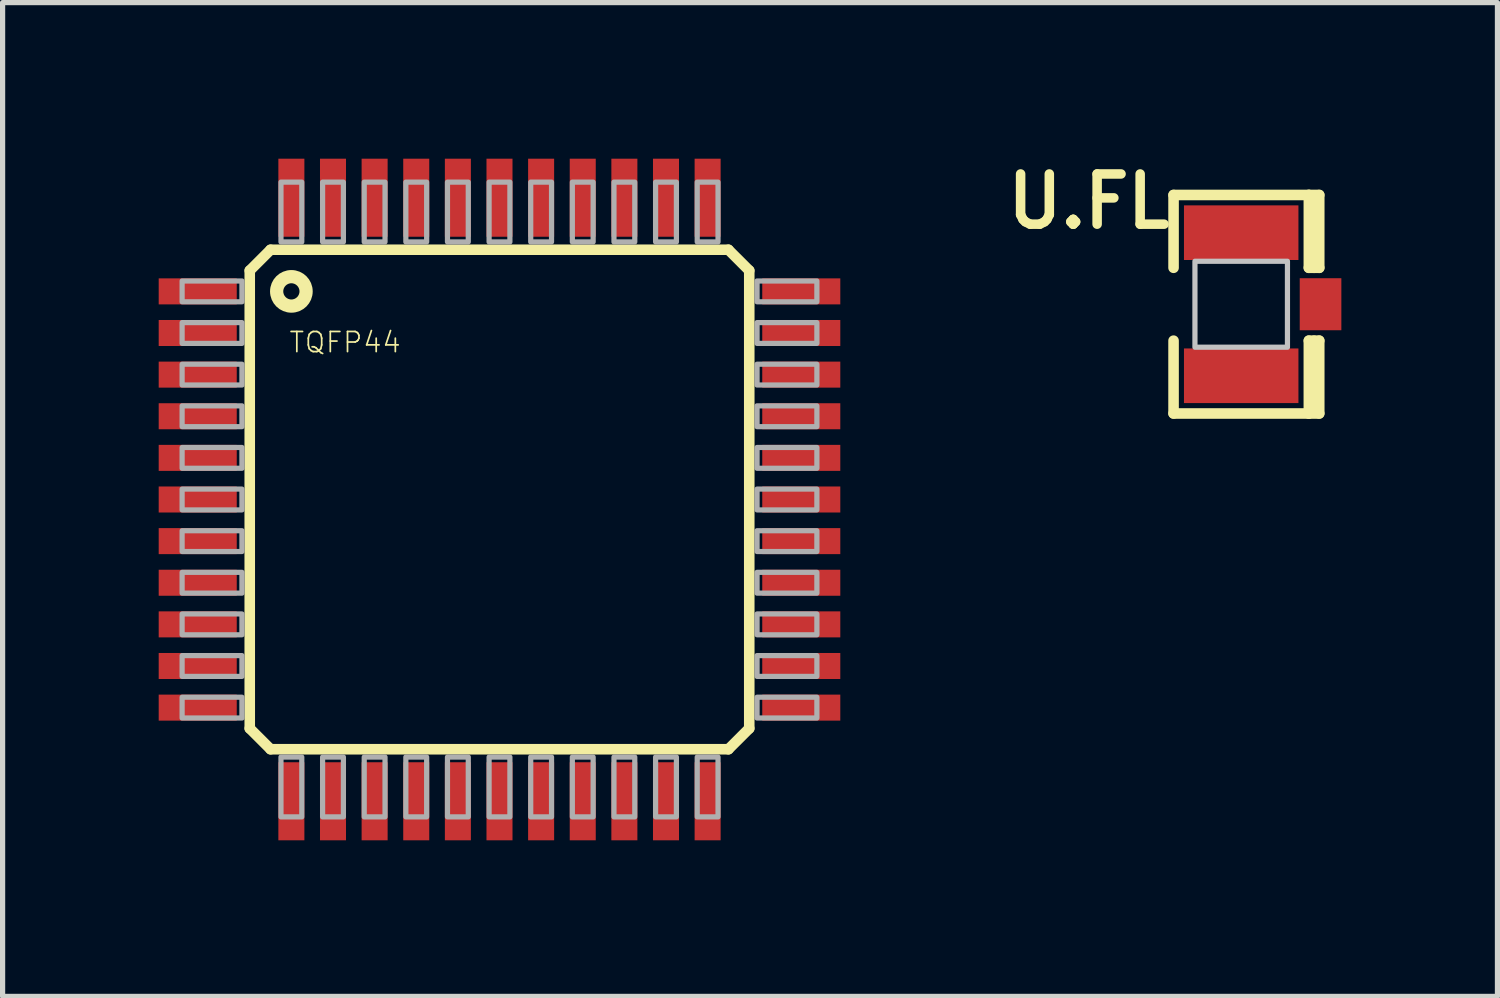
<source format=kicad_pcb>
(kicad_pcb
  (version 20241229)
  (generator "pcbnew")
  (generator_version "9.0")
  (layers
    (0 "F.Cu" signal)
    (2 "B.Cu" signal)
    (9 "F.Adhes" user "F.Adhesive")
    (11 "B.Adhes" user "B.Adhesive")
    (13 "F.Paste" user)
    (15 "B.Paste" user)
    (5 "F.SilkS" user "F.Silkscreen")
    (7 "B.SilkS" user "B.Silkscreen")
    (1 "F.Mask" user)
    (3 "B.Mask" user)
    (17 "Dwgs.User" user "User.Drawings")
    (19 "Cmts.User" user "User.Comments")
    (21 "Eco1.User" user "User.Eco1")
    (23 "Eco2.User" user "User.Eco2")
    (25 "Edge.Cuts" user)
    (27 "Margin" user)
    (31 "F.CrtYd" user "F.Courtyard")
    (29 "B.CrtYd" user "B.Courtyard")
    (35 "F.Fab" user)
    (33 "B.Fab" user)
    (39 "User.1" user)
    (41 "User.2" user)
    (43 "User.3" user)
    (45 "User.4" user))
  (footprint "TQFP44"
    (layer "F.Cu")
    (at 6.55 6.55)
    (property "Reference" "TQFP44" (at -4.064 -2.794 0) (layer "F.SilkS") (effects (font (size 0.386 0.386) (thickness 0.033)) (justify left bottom)))
    (attr through_hole)
    (fp_line (start -4.8 -4.4) (end -4.4 -4.8) (stroke (width 0.203) (type solid)) (layer "F.SilkS"))
    (fp_line (start -4.8 4.4) (end -4.8 -4.4) (stroke (width 0.203) (type solid)) (layer "F.SilkS"))
    (fp_line (start -4.4 -4.8) (end 4.4 -4.8) (stroke (width 0.203) (type solid)) (layer "F.SilkS"))
    (fp_line (start -4.4 4.8) (end -4.8 4.4) (stroke (width 0.203) (type solid)) (layer "F.SilkS"))
    (fp_line (start 4.4 -4.8) (end 4.8 -4.4) (stroke (width 0.203) (type solid)) (layer "F.SilkS"))
    (fp_line (start 4.4 4.8) (end -4.4 4.8) (stroke (width 0.203) (type solid)) (layer "F.SilkS"))
    (fp_line (start 4.8 -4.4) (end 4.8 4.4) (stroke (width 0.203) (type solid)) (layer "F.SilkS"))
    (fp_line (start 4.8 4.4) (end 4.4 4.8) (stroke (width 0.203) (type solid)) (layer "F.SilkS"))
    (fp_circle (center -4 -4) (end -3.717 -4) (stroke (width 0.254) (type solid)) (fill no) (layer "F.SilkS"))
    (fp_poly (pts (xy -6.1 -3.8) (xy -4.95 -3.8) (xy -4.95 -4.2) (xy -6.1 -4.2)) (stroke (width 0.1) (type solid)) (fill no) (layer "F.Fab"))
    (fp_poly (pts (xy -6.1 -3) (xy -4.95 -3) (xy -4.95 -3.4) (xy -6.1 -3.4)) (stroke (width 0.1) (type solid)) (fill no) (layer "F.Fab"))
    (fp_poly (pts (xy -6.1 -2.2) (xy -4.95 -2.2) (xy -4.95 -2.6) (xy -6.1 -2.6)) (stroke (width 0.1) (type solid)) (fill no) (layer "F.Fab"))
    (fp_poly (pts (xy -6.1 -1.4) (xy -4.95 -1.4) (xy -4.95 -1.8) (xy -6.1 -1.8)) (stroke (width 0.1) (type solid)) (fill no) (layer "F.Fab"))
    (fp_poly (pts (xy -6.1 -0.6) (xy -4.95 -0.6) (xy -4.95 -1) (xy -6.1 -1)) (stroke (width 0.1) (type solid)) (fill no) (layer "F.Fab"))
    (fp_poly (pts (xy -6.1 0.2) (xy -4.95 0.2) (xy -4.95 -0.2) (xy -6.1 -0.2)) (stroke (width 0.1) (type solid)) (fill no) (layer "F.Fab"))
    (fp_poly (pts (xy -6.1 1) (xy -4.95 1) (xy -4.95 0.6) (xy -6.1 0.6)) (stroke (width 0.1) (type solid)) (fill no) (layer "F.Fab"))
    (fp_poly (pts (xy -6.1 1.8) (xy -4.95 1.8) (xy -4.95 1.4) (xy -6.1 1.4)) (stroke (width 0.1) (type solid)) (fill no) (layer "F.Fab"))
    (fp_poly (pts (xy -6.1 2.6) (xy -4.95 2.6) (xy -4.95 2.2) (xy -6.1 2.2)) (stroke (width 0.1) (type solid)) (fill no) (layer "F.Fab"))
    (fp_poly (pts (xy -6.1 3.4) (xy -4.95 3.4) (xy -4.95 3) (xy -6.1 3)) (stroke (width 0.1) (type solid)) (fill no) (layer "F.Fab"))
    (fp_poly (pts (xy -6.1 4.2) (xy -4.95 4.2) (xy -4.95 3.8) (xy -6.1 3.8)) (stroke (width 0.1) (type solid)) (fill no) (layer "F.Fab"))
    (fp_poly (pts (xy -4.2 -4.95) (xy -3.8 -4.95) (xy -3.8 -6.1) (xy -4.2 -6.1)) (stroke (width 0.1) (type solid)) (fill no) (layer "F.Fab"))
    (fp_poly (pts (xy -4.2 6.1) (xy -3.8 6.1) (xy -3.8 4.95) (xy -4.2 4.95)) (stroke (width 0.1) (type solid)) (fill no) (layer "F.Fab"))
    (fp_poly (pts (xy -3.4 -4.95) (xy -3 -4.95) (xy -3 -6.1) (xy -3.4 -6.1)) (stroke (width 0.1) (type solid)) (fill no) (layer "F.Fab"))
    (fp_poly (pts (xy -3.4 6.1) (xy -3 6.1) (xy -3 4.95) (xy -3.4 4.95)) (stroke (width 0.1) (type solid)) (fill no) (layer "F.Fab"))
    (fp_poly (pts (xy -2.6 -4.95) (xy -2.2 -4.95) (xy -2.2 -6.1) (xy -2.6 -6.1)) (stroke (width 0.1) (type solid)) (fill no) (layer "F.Fab"))
    (fp_poly (pts (xy -2.6 6.1) (xy -2.2 6.1) (xy -2.2 4.95) (xy -2.6 4.95)) (stroke (width 0.1) (type solid)) (fill no) (layer "F.Fab"))
    (fp_poly (pts (xy -1.8 -4.95) (xy -1.4 -4.95) (xy -1.4 -6.1) (xy -1.8 -6.1)) (stroke (width 0.1) (type solid)) (fill no) (layer "F.Fab"))
    (fp_poly (pts (xy -1.8 6.1) (xy -1.4 6.1) (xy -1.4 4.95) (xy -1.8 4.95)) (stroke (width 0.1) (type solid)) (fill no) (layer "F.Fab"))
    (fp_poly (pts (xy -1 -4.95) (xy -0.6 -4.95) (xy -0.6 -6.1) (xy -1 -6.1)) (stroke (width 0.1) (type solid)) (fill no) (layer "F.Fab"))
    (fp_poly (pts (xy -1 6.1) (xy -0.6 6.1) (xy -0.6 4.95) (xy -1 4.95)) (stroke (width 0.1) (type solid)) (fill no) (layer "F.Fab"))
    (fp_poly (pts (xy -0.2 -4.95) (xy 0.2 -4.95) (xy 0.2 -6.1) (xy -0.2 -6.1)) (stroke (width 0.1) (type solid)) (fill no) (layer "F.Fab"))
    (fp_poly (pts (xy -0.2 6.1) (xy 0.2 6.1) (xy 0.2 4.95) (xy -0.2 4.95)) (stroke (width 0.1) (type solid)) (fill no) (layer "F.Fab"))
    (fp_poly (pts (xy 0.6 -4.95) (xy 1 -4.95) (xy 1 -6.1) (xy 0.6 -6.1)) (stroke (width 0.1) (type solid)) (fill no) (layer "F.Fab"))
    (fp_poly (pts (xy 0.6 6.1) (xy 1 6.1) (xy 1 4.95) (xy 0.6 4.95)) (stroke (width 0.1) (type solid)) (fill no) (layer "F.Fab"))
    (fp_poly (pts (xy 1.4 -4.95) (xy 1.8 -4.95) (xy 1.8 -6.1) (xy 1.4 -6.1)) (stroke (width 0.1) (type solid)) (fill no) (layer "F.Fab"))
    (fp_poly (pts (xy 1.4 6.1) (xy 1.8 6.1) (xy 1.8 4.95) (xy 1.4 4.95)) (stroke (width 0.1) (type solid)) (fill no) (layer "F.Fab"))
    (fp_poly (pts (xy 2.2 -4.95) (xy 2.6 -4.95) (xy 2.6 -6.1) (xy 2.2 -6.1)) (stroke (width 0.1) (type solid)) (fill no) (layer "F.Fab"))
    (fp_poly (pts (xy 2.2 6.1) (xy 2.6 6.1) (xy 2.6 4.95) (xy 2.2 4.95)) (stroke (width 0.1) (type solid)) (fill no) (layer "F.Fab"))
    (fp_poly (pts (xy 3 -4.95) (xy 3.4 -4.95) (xy 3.4 -6.1) (xy 3 -6.1)) (stroke (width 0.1) (type solid)) (fill no) (layer "F.Fab"))
    (fp_poly (pts (xy 3 6.1) (xy 3.4 6.1) (xy 3.4 4.95) (xy 3 4.95)) (stroke (width 0.1) (type solid)) (fill no) (layer "F.Fab"))
    (fp_poly (pts (xy 3.8 -4.95) (xy 4.2 -4.95) (xy 4.2 -6.1) (xy 3.8 -6.1)) (stroke (width 0.1) (type solid)) (fill no) (layer "F.Fab"))
    (fp_poly (pts (xy 3.8 6.1) (xy 4.2 6.1) (xy 4.2 4.95) (xy 3.8 4.95)) (stroke (width 0.1) (type solid)) (fill no) (layer "F.Fab"))
    (fp_poly (pts (xy 4.95 -3.8) (xy 6.1 -3.8) (xy 6.1 -4.2) (xy 4.95 -4.2)) (stroke (width 0.1) (type solid)) (fill no) (layer "F.Fab"))
    (fp_poly (pts (xy 4.95 -3) (xy 6.1 -3) (xy 6.1 -3.4) (xy 4.95 -3.4)) (stroke (width 0.1) (type solid)) (fill no) (layer "F.Fab"))
    (fp_poly (pts (xy 4.95 -2.2) (xy 6.1 -2.2) (xy 6.1 -2.6) (xy 4.95 -2.6)) (stroke (width 0.1) (type solid)) (fill no) (layer "F.Fab"))
    (fp_poly (pts (xy 4.95 -1.4) (xy 6.1 -1.4) (xy 6.1 -1.8) (xy 4.95 -1.8)) (stroke (width 0.1) (type solid)) (fill no) (layer "F.Fab"))
    (fp_poly (pts (xy 4.95 -0.6) (xy 6.1 -0.6) (xy 6.1 -1) (xy 4.95 -1)) (stroke (width 0.1) (type solid)) (fill no) (layer "F.Fab"))
    (fp_poly (pts (xy 4.95 0.2) (xy 6.1 0.2) (xy 6.1 -0.2) (xy 4.95 -0.2)) (stroke (width 0.1) (type solid)) (fill no) (layer "F.Fab"))
    (fp_poly (pts (xy 4.95 1) (xy 6.1 1) (xy 6.1 0.6) (xy 4.95 0.6)) (stroke (width 0.1) (type solid)) (fill no) (layer "F.Fab"))
    (fp_poly (pts (xy 4.95 1.8) (xy 6.1 1.8) (xy 6.1 1.4) (xy 4.95 1.4)) (stroke (width 0.1) (type solid)) (fill no) (layer "F.Fab"))
    (fp_poly (pts (xy 4.95 2.6) (xy 6.1 2.6) (xy 6.1 2.2) (xy 4.95 2.2)) (stroke (width 0.1) (type solid)) (fill no) (layer "F.Fab"))
    (fp_poly (pts (xy 4.95 3.4) (xy 6.1 3.4) (xy 6.1 3) (xy 4.95 3)) (stroke (width 0.1) (type solid)) (fill no) (layer "F.Fab"))
    (fp_poly (pts (xy 4.95 4.2) (xy 6.1 4.2) (xy 6.1 3.8) (xy 4.95 3.8)) (stroke (width 0.1) (type solid)) (fill no) (layer "F.Fab"))
    (pad "1" smd rect (at -5.8 -4) (size 1.5 0.5) (layers "F.Cu" "F.Mask" "F.Paste"))
    (pad "2" smd rect (at -5.8 -3.2) (size 1.5 0.5) (layers "F.Cu" "F.Mask" "F.Paste"))
    (pad "3" smd rect (at -5.8 -2.4) (size 1.5 0.5) (layers "F.Cu" "F.Mask" "F.Paste"))
    (pad "4" smd rect (at -5.8 -1.6) (size 1.5 0.5) (layers "F.Cu" "F.Mask" "F.Paste"))
    (pad "5" smd rect (at -5.8 -0.8) (size 1.5 0.5) (layers "F.Cu" "F.Mask" "F.Paste"))
    (pad "6" smd rect (at -5.8 0) (size 1.5 0.5) (layers "F.Cu" "F.Mask" "F.Paste"))
    (pad "7" smd rect (at -5.8 0.8) (size 1.5 0.5) (layers "F.Cu" "F.Mask" "F.Paste"))
    (pad "8" smd rect (at -5.8 1.6) (size 1.5 0.5) (layers "F.Cu" "F.Mask" "F.Paste"))
    (pad "9" smd rect (at -5.8 2.4) (size 1.5 0.5) (layers "F.Cu" "F.Mask" "F.Paste"))
    (pad "10" smd rect (at -5.8 3.2) (size 1.5 0.5) (layers "F.Cu" "F.Mask" "F.Paste"))
    (pad "11" smd rect (at -5.8 4) (size 1.5 0.5) (layers "F.Cu" "F.Mask" "F.Paste"))
    (pad "12" smd rect (at -4 5.8) (size 0.5 1.5) (layers "F.Cu" "F.Mask" "F.Paste"))
    (pad "13" smd rect (at -3.2 5.8) (size 0.5 1.5) (layers "F.Cu" "F.Mask" "F.Paste"))
    (pad "14" smd rect (at -2.4 5.8) (size 0.5 1.5) (layers "F.Cu" "F.Mask" "F.Paste"))
    (pad "15" smd rect (at -1.6 5.8) (size 0.5 1.5) (layers "F.Cu" "F.Mask" "F.Paste"))
    (pad "16" smd rect (at -0.8 5.8) (size 0.5 1.5) (layers "F.Cu" "F.Mask" "F.Paste"))
    (pad "17" smd rect (at 0 5.8) (size 0.5 1.5) (layers "F.Cu" "F.Mask" "F.Paste"))
    (pad "18" smd rect (at 0.8 5.8) (size 0.5 1.5) (layers "F.Cu" "F.Mask" "F.Paste"))
    (pad "19" smd rect (at 1.6 5.8) (size 0.5 1.5) (layers "F.Cu" "F.Mask" "F.Paste"))
    (pad "20" smd rect (at 2.4 5.8) (size 0.5 1.5) (layers "F.Cu" "F.Mask" "F.Paste"))
    (pad "21" smd rect (at 3.2 5.8) (size 0.5 1.5) (layers "F.Cu" "F.Mask" "F.Paste"))
    (pad "22" smd rect (at 4 5.8) (size 0.5 1.5) (layers "F.Cu" "F.Mask" "F.Paste"))
    (pad "23" smd rect (at 5.8 4) (size 1.5 0.5) (layers "F.Cu" "F.Mask" "F.Paste"))
    (pad "24" smd rect (at 5.8 3.2) (size 1.5 0.5) (layers "F.Cu" "F.Mask" "F.Paste"))
    (pad "25" smd rect (at 5.8 2.4) (size 1.5 0.5) (layers "F.Cu" "F.Mask" "F.Paste"))
    (pad "26" smd rect (at 5.8 1.6) (size 1.5 0.5) (layers "F.Cu" "F.Mask" "F.Paste"))
    (pad "27" smd rect (at 5.8 0.8) (size 1.5 0.5) (layers "F.Cu" "F.Mask" "F.Paste"))
    (pad "28" smd rect (at 5.8 0) (size 1.5 0.5) (layers "F.Cu" "F.Mask" "F.Paste"))
    (pad "29" smd rect (at 5.8 -0.8) (size 1.5 0.5) (layers "F.Cu" "F.Mask" "F.Paste"))
    (pad "30" smd rect (at 5.8 -1.6) (size 1.5 0.5) (layers "F.Cu" "F.Mask" "F.Paste"))
    (pad "31" smd rect (at 5.8 -2.4) (size 1.5 0.5) (layers "F.Cu" "F.Mask" "F.Paste"))
    (pad "32" smd rect (at 5.8 -3.2) (size 1.5 0.5) (layers "F.Cu" "F.Mask" "F.Paste"))
    (pad "33" smd rect (at 5.8 -4) (size 1.5 0.5) (layers "F.Cu" "F.Mask" "F.Paste"))
    (pad "34" smd rect (at 4 -5.8) (size 0.5 1.5) (layers "F.Cu" "F.Mask" "F.Paste"))
    (pad "35" smd rect (at 3.2 -5.8) (size 0.5 1.5) (layers "F.Cu" "F.Mask" "F.Paste"))
    (pad "36" smd rect (at 2.4 -5.8) (size 0.5 1.5) (layers "F.Cu" "F.Mask" "F.Paste"))
    (pad "37" smd rect (at 1.6 -5.8) (size 0.5 1.5) (layers "F.Cu" "F.Mask" "F.Paste"))
    (pad "38" smd rect (at 0.8 -5.8) (size 0.5 1.5) (layers "F.Cu" "F.Mask" "F.Paste"))
    (pad "39" smd rect (at 0 -5.8) (size 0.5 1.5) (layers "F.Cu" "F.Mask" "F.Paste"))
    (pad "40" smd rect (at -0.8 -5.8) (size 0.5 1.5) (layers "F.Cu" "F.Mask" "F.Paste"))
    (pad "41" smd rect (at -1.6 -5.8) (size 0.5 1.5) (layers "F.Cu" "F.Mask" "F.Paste"))
    (pad "42" smd rect (at -2.4 -5.8) (size 0.5 1.5) (layers "F.Cu" "F.Mask" "F.Paste"))
    (pad "43" smd rect (at -3.2 -5.8) (size 0.5 1.5) (layers "F.Cu" "F.Mask" "F.Paste"))
    (pad "44" smd rect (at -4 -5.8) (size 0.5 1.5) (layers "F.Cu" "F.Mask" "F.Paste")))
  (footprint "U.FL"
    (layer "F.Cu")
    (at 20.805 2.797)
    (property "Reference" "U.FL" (at -1.27 -2.54 0) (layer "F.SilkS") (effects (font (size 0.965 0.965) (thickness 0.183)) (justify right top)))
    (attr through_hole)
    (fp_line (start -1.3 -0.7) (end -1.3 -2.1) (stroke (width 0.203) (type solid)) (layer "F.SilkS"))
    (fp_line (start -1.3 2.1) (end -1.3 0.7) (stroke (width 0.203) (type solid)) (layer "F.SilkS"))
    (fp_line (start -1.3 2.1) (end 1.3 2.1) (stroke (width 0.203) (type solid)) (layer "F.SilkS"))
    (fp_line (start 1.3 -2.1) (end -1.3 -2.1) (stroke (width 0.203) (type solid)) (layer "F.SilkS"))
    (fp_line (start 1.3 -0.7) (end 1.3 -2.1) (stroke (width 0.203) (type solid)) (layer "F.SilkS"))
    (fp_line (start 1.3 2.1) (end 1.3 0.7) (stroke (width 0.203) (type solid)) (layer "F.SilkS"))
    (fp_line (start 1.4 -0.7) (end 1.4 -2) (stroke (width 0.203) (type solid)) (layer "F.SilkS"))
    (fp_line (start 1.4 2) (end 1.4 0.7) (stroke (width 0.203) (type solid)) (layer "F.SilkS"))
    (fp_line (start 1.5 -2.1) (end 1.3 -2.1) (stroke (width 0.203) (type solid)) (layer "F.SilkS"))
    (fp_line (start 1.5 -0.7) (end 1.3 -0.7) (stroke (width 0.203) (type solid)) (layer "F.SilkS"))
    (fp_line (start 1.5 -0.7) (end 1.5 -2.1) (stroke (width 0.203) (type solid)) (layer "F.SilkS"))
    (fp_line (start 1.5 0.7) (end 1.3 0.7) (stroke (width 0.203) (type solid)) (layer "F.SilkS"))
    (fp_line (start 1.5 2.1) (end 1.3 2.1) (stroke (width 0.203) (type solid)) (layer "F.SilkS"))
    (fp_line (start 1.5 2.1) (end 1.5 0.7) (stroke (width 0.203) (type solid)) (layer "F.SilkS"))
    (fp_poly (pts (xy -0.889 0.826) (xy 0.889 0.826) (xy 0.889 -0.826) (xy -0.889 -0.826)) (stroke (width 0.1) (type solid)) (fill no) (layer "Dwgs.User"))
    (pad "1" smd rect (at 0 -1.375) (size 2.2 1.05) (layers "F.Cu" "F.Mask" "F.Paste"))
    (pad "2" smd rect (at 0 1.375) (size 2.2 1.05) (layers "F.Cu" "F.Mask" "F.Paste"))
    (pad "3" smd rect (at 1.525 0) (size 0.8 1) (layers "F.Cu" "F.Mask" "F.Paste")))
  (gr_rect
    (start -3 -3)
    (end 25.73 16.1)
    (stroke (width 0.1) (type default))
    (fill no)
    (layer "Edge.Cuts")))
</source>
